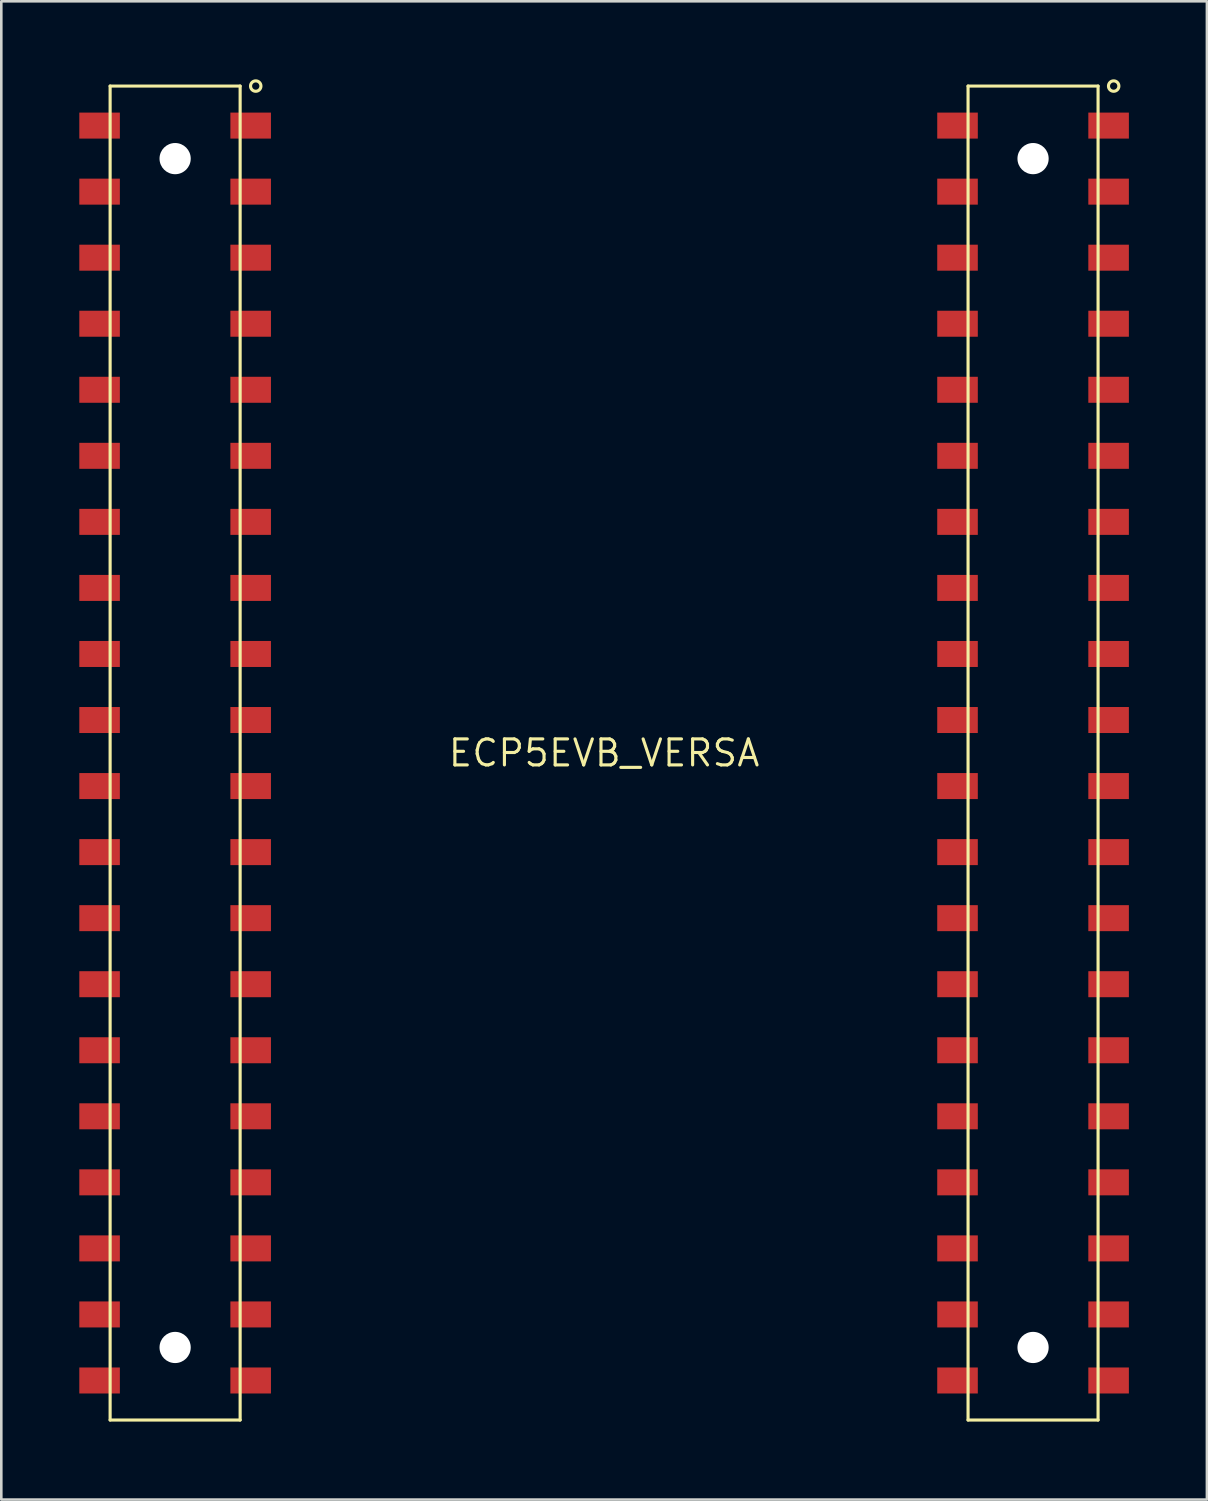
<source format=kicad_pcb>
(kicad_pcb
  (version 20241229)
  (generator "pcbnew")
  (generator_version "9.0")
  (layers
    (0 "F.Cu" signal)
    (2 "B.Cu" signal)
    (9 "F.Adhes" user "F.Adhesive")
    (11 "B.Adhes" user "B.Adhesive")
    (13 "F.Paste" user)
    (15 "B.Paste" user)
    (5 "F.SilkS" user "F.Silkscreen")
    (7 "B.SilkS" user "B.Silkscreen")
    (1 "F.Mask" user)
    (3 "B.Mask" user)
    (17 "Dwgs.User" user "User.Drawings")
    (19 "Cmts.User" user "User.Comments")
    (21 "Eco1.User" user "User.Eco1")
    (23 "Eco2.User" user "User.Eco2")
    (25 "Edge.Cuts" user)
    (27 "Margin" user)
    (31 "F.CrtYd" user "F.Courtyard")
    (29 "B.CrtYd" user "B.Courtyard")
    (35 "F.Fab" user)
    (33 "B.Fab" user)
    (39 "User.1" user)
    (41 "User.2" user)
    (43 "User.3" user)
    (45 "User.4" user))
  (footprint "ECP5EVB_VERSA"
    (layer "F.Cu")
    (at 20.182 25.91)
    (property "Reference" "ECP5EVB_VERSA" (at 0 0 0) (layer "F.SilkS") (effects (font (size 1 1) (thickness 0.12))))
    (attr through_hole)
    (fp_line (start -18.997 -25.65) (end -13.997 -25.65) (stroke (width 0.12) (type solid)) (layer "F.SilkS"))
    (fp_line (start -18.997 25.65) (end -18.997 -25.65) (stroke (width 0.12) (type solid)) (layer "F.SilkS"))
    (fp_line (start -13.997 -25.65) (end -13.997 25.65) (stroke (width 0.12) (type solid)) (layer "F.SilkS"))
    (fp_line (start -13.997 25.65) (end -18.997 25.65) (stroke (width 0.12) (type solid)) (layer "F.SilkS"))
    (fp_line (start 13.997 -25.65) (end 18.997 -25.65) (stroke (width 0.12) (type solid)) (layer "F.SilkS"))
    (fp_line (start 13.997 25.65) (end 13.997 -25.65) (stroke (width 0.12) (type solid)) (layer "F.SilkS"))
    (fp_line (start 18.997 -25.65) (end 18.997 25.65) (stroke (width 0.12) (type solid)) (layer "F.SilkS"))
    (fp_line (start 18.997 25.65) (end 13.997 25.65) (stroke (width 0.12) (type solid)) (layer "F.SilkS"))
    (fp_circle (center -13.397 -25.65) (end -13.197 -25.65) (stroke (width 0.12) (type solid)) (fill no) (layer "F.SilkS"))
    (fp_circle (center 19.597 -25.65) (end 19.797 -25.65) (stroke (width 0.12) (type solid)) (fill no) (layer "F.SilkS"))
    (pad "" np_thru_hole circle (at -16.497 -22.86) (size 1.2 1.2) (drill 1.2) (layers "*.Cu" "*.Mask"))
    (pad "" np_thru_hole circle (at -16.497 22.86) (size 1.2 1.2) (drill 1.2) (layers "*.Cu" "*.Mask"))
    (pad "" np_thru_hole circle (at 16.497 -22.86) (size 1.2 1.2) (drill 1.2) (layers "*.Cu" "*.Mask"))
    (pad "" np_thru_hole circle (at 16.497 22.86) (size 1.2 1.2) (drill 1.2) (layers "*.Cu" "*.Mask"))
    (pad "J39.01" smd rect (at 19.402 -24.13) (size 1.56 1) (layers "F.Cu" "F.Mask" "F.Paste"))
    (pad "J39.02" smd rect (at 13.592 -24.13) (size 1.56 1) (layers "F.Cu" "F.Mask" "F.Paste"))
    (pad "J39.03" smd rect (at 19.402 -21.59) (size 1.56 1) (layers "F.Cu" "F.Mask" "F.Paste"))
    (pad "J39.04" smd rect (at 13.592 -21.59) (size 1.56 1) (layers "F.Cu" "F.Mask" "F.Paste"))
    (pad "J39.05" smd rect (at 19.402 -19.05) (size 1.56 1) (layers "F.Cu" "F.Mask" "F.Paste"))
    (pad "J39.06" smd rect (at 13.592 -19.05) (size 1.56 1) (layers "F.Cu" "F.Mask" "F.Paste"))
    (pad "J39.07" smd rect (at 19.402 -16.51) (size 1.56 1) (layers "F.Cu" "F.Mask" "F.Paste"))
    (pad "J39.08" smd rect (at 13.592 -16.51) (size 1.56 1) (layers "F.Cu" "F.Mask" "F.Paste"))
    (pad "J39.09" smd rect (at 19.402 -13.97) (size 1.56 1) (layers "F.Cu" "F.Mask" "F.Paste"))
    (pad "J39.10" smd rect (at 13.592 -13.97) (size 1.56 1) (layers "F.Cu" "F.Mask" "F.Paste"))
    (pad "J39.11" smd rect (at 19.402 -11.43) (size 1.56 1) (layers "F.Cu" "F.Mask" "F.Paste"))
    (pad "J39.12" smd rect (at 13.592 -11.43) (size 1.56 1) (layers "F.Cu" "F.Mask" "F.Paste"))
    (pad "J39.13" smd rect (at 19.402 -8.89) (size 1.56 1) (layers "F.Cu" "F.Mask" "F.Paste"))
    (pad "J39.14" smd rect (at 13.592 -8.89) (size 1.56 1) (layers "F.Cu" "F.Mask" "F.Paste"))
    (pad "J39.15" smd rect (at 19.402 -6.35) (size 1.56 1) (layers "F.Cu" "F.Mask" "F.Paste"))
    (pad "J39.16" smd rect (at 13.592 -6.35) (size 1.56 1) (layers "F.Cu" "F.Mask" "F.Paste"))
    (pad "J39.17" smd rect (at 19.402 -3.81) (size 1.56 1) (layers "F.Cu" "F.Mask" "F.Paste"))
    (pad "J39.18" smd rect (at 13.592 -3.81) (size 1.56 1) (layers "F.Cu" "F.Mask" "F.Paste"))
    (pad "J39.19" smd rect (at 19.402 -1.27) (size 1.56 1) (layers "F.Cu" "F.Mask" "F.Paste"))
    (pad "J39.20" smd rect (at 13.592 -1.27) (size 1.56 1) (layers "F.Cu" "F.Mask" "F.Paste"))
    (pad "J39.21" smd rect (at 19.402 1.27) (size 1.56 1) (layers "F.Cu" "F.Mask" "F.Paste"))
    (pad "J39.22" smd rect (at 13.592 1.27) (size 1.56 1) (layers "F.Cu" "F.Mask" "F.Paste"))
    (pad "J39.23" smd rect (at 19.402 3.81) (size 1.56 1) (layers "F.Cu" "F.Mask" "F.Paste"))
    (pad "J39.24" smd rect (at 13.592 3.81) (size 1.56 1) (layers "F.Cu" "F.Mask" "F.Paste"))
    (pad "J39.25" smd rect (at 19.402 6.35) (size 1.56 1) (layers "F.Cu" "F.Mask" "F.Paste"))
    (pad "J39.26" smd rect (at 13.592 6.35) (size 1.56 1) (layers "F.Cu" "F.Mask" "F.Paste"))
    (pad "J39.27" smd rect (at 19.402 8.89) (size 1.56 1) (layers "F.Cu" "F.Mask" "F.Paste"))
    (pad "J39.28" smd rect (at 13.592 8.89) (size 1.56 1) (layers "F.Cu" "F.Mask" "F.Paste"))
    (pad "J39.29" smd rect (at 19.402 11.43) (size 1.56 1) (layers "F.Cu" "F.Mask" "F.Paste"))
    (pad "J39.30" smd rect (at 13.592 11.43) (size 1.56 1) (layers "F.Cu" "F.Mask" "F.Paste"))
    (pad "J39.31" smd rect (at 19.402 13.97) (size 1.56 1) (layers "F.Cu" "F.Mask" "F.Paste"))
    (pad "J39.32" smd rect (at 13.592 13.97) (size 1.56 1) (layers "F.Cu" "F.Mask" "F.Paste"))
    (pad "J39.33" smd rect (at 19.402 16.51) (size 1.56 1) (layers "F.Cu" "F.Mask" "F.Paste"))
    (pad "J39.34" smd rect (at 13.592 16.51) (size 1.56 1) (layers "F.Cu" "F.Mask" "F.Paste"))
    (pad "J39.35" smd rect (at 19.402 19.05) (size 1.56 1) (layers "F.Cu" "F.Mask" "F.Paste"))
    (pad "J39.36" smd rect (at 13.592 19.05) (size 1.56 1) (layers "F.Cu" "F.Mask" "F.Paste"))
    (pad "J39.37" smd rect (at 19.402 21.59) (size 1.56 1) (layers "F.Cu" "F.Mask" "F.Paste"))
    (pad "J39.38" smd rect (at 13.592 21.59) (size 1.56 1) (layers "F.Cu" "F.Mask" "F.Paste"))
    (pad "J39.39" smd rect (at 19.402 24.13) (size 1.56 1) (layers "F.Cu" "F.Mask" "F.Paste"))
    (pad "J39.40" smd rect (at 13.592 24.13) (size 1.56 1) (layers "F.Cu" "F.Mask" "F.Paste"))
    (pad "J40.01" smd rect (at -13.592 -24.13) (size 1.56 1) (layers "F.Cu" "F.Mask" "F.Paste"))
    (pad "J40.02" smd rect (at -19.402 -24.13) (size 1.56 1) (layers "F.Cu" "F.Mask" "F.Paste"))
    (pad "J40.03" smd rect (at -13.592 -21.59) (size 1.56 1) (layers "F.Cu" "F.Mask" "F.Paste"))
    (pad "J40.04" smd rect (at -19.402 -21.59) (size 1.56 1) (layers "F.Cu" "F.Mask" "F.Paste"))
    (pad "J40.05" smd rect (at -13.592 -19.05) (size 1.56 1) (layers "F.Cu" "F.Mask" "F.Paste"))
    (pad "J40.06" smd rect (at -19.402 -19.05) (size 1.56 1) (layers "F.Cu" "F.Mask" "F.Paste"))
    (pad "J40.07" smd rect (at -13.592 -16.51) (size 1.56 1) (layers "F.Cu" "F.Mask" "F.Paste"))
    (pad "J40.08" smd rect (at -19.402 -16.51) (size 1.56 1) (layers "F.Cu" "F.Mask" "F.Paste"))
    (pad "J40.09" smd rect (at -13.592 -13.97) (size 1.56 1) (layers "F.Cu" "F.Mask" "F.Paste"))
    (pad "J40.10" smd rect (at -19.402 -13.97) (size 1.56 1) (layers "F.Cu" "F.Mask" "F.Paste"))
    (pad "J40.11" smd rect (at -13.592 -11.43) (size 1.56 1) (layers "F.Cu" "F.Mask" "F.Paste"))
    (pad "J40.12" smd rect (at -19.402 -11.43) (size 1.56 1) (layers "F.Cu" "F.Mask" "F.Paste"))
    (pad "J40.13" smd rect (at -13.592 -8.89) (size 1.56 1) (layers "F.Cu" "F.Mask" "F.Paste"))
    (pad "J40.14" smd rect (at -19.402 -8.89) (size 1.56 1) (layers "F.Cu" "F.Mask" "F.Paste"))
    (pad "J40.15" smd rect (at -13.592 -6.35) (size 1.56 1) (layers "F.Cu" "F.Mask" "F.Paste"))
    (pad "J40.16" smd rect (at -19.402 -6.35) (size 1.56 1) (layers "F.Cu" "F.Mask" "F.Paste"))
    (pad "J40.17" smd rect (at -13.592 -3.81) (size 1.56 1) (layers "F.Cu" "F.Mask" "F.Paste"))
    (pad "J40.18" smd rect (at -19.402 -3.81) (size 1.56 1) (layers "F.Cu" "F.Mask" "F.Paste"))
    (pad "J40.19" smd rect (at -13.592 -1.27) (size 1.56 1) (layers "F.Cu" "F.Mask" "F.Paste"))
    (pad "J40.20" smd rect (at -19.402 -1.27) (size 1.56 1) (layers "F.Cu" "F.Mask" "F.Paste"))
    (pad "J40.21" smd rect (at -13.592 1.27) (size 1.56 1) (layers "F.Cu" "F.Mask" "F.Paste"))
    (pad "J40.22" smd rect (at -19.402 1.27) (size 1.56 1) (layers "F.Cu" "F.Mask" "F.Paste"))
    (pad "J40.23" smd rect (at -13.592 3.81) (size 1.56 1) (layers "F.Cu" "F.Mask" "F.Paste"))
    (pad "J40.24" smd rect (at -19.402 3.81) (size 1.56 1) (layers "F.Cu" "F.Mask" "F.Paste"))
    (pad "J40.25" smd rect (at -13.592 6.35) (size 1.56 1) (layers "F.Cu" "F.Mask" "F.Paste"))
    (pad "J40.26" smd rect (at -19.402 6.35) (size 1.56 1) (layers "F.Cu" "F.Mask" "F.Paste"))
    (pad "J40.27" smd rect (at -13.592 8.89) (size 1.56 1) (layers "F.Cu" "F.Mask" "F.Paste"))
    (pad "J40.28" smd rect (at -19.402 8.89) (size 1.56 1) (layers "F.Cu" "F.Mask" "F.Paste"))
    (pad "J40.29" smd rect (at -13.592 11.43) (size 1.56 1) (layers "F.Cu" "F.Mask" "F.Paste"))
    (pad "J40.30" smd rect (at -19.402 11.43) (size 1.56 1) (layers "F.Cu" "F.Mask" "F.Paste"))
    (pad "J40.31" smd rect (at -13.592 13.97) (size 1.56 1) (layers "F.Cu" "F.Mask" "F.Paste"))
    (pad "J40.32" smd rect (at -19.402 13.97) (size 1.56 1) (layers "F.Cu" "F.Mask" "F.Paste"))
    (pad "J40.33" smd rect (at -13.592 16.51) (size 1.56 1) (layers "F.Cu" "F.Mask" "F.Paste"))
    (pad "J40.34" smd rect (at -19.402 16.51) (size 1.56 1) (layers "F.Cu" "F.Mask" "F.Paste"))
    (pad "J40.35" smd rect (at -13.592 19.05) (size 1.56 1) (layers "F.Cu" "F.Mask" "F.Paste"))
    (pad "J40.36" smd rect (at -19.402 19.05) (size 1.56 1) (layers "F.Cu" "F.Mask" "F.Paste"))
    (pad "J40.37" smd rect (at -13.592 21.59) (size 1.56 1) (layers "F.Cu" "F.Mask" "F.Paste"))
    (pad "J40.38" smd rect (at -19.402 21.59) (size 1.56 1) (layers "F.Cu" "F.Mask" "F.Paste"))
    (pad "J40.39" smd rect (at -13.592 24.13) (size 1.56 1) (layers "F.Cu" "F.Mask" "F.Paste"))
    (pad "J40.40" smd rect (at -19.402 24.13) (size 1.56 1) (layers "F.Cu" "F.Mask" "F.Paste")))
  (gr_rect
    (start -3 -3)
    (end 43.365 54.62)
    (stroke (width 0.1) (type default))
    (fill no)
    (layer "Edge.Cuts")))
</source>
